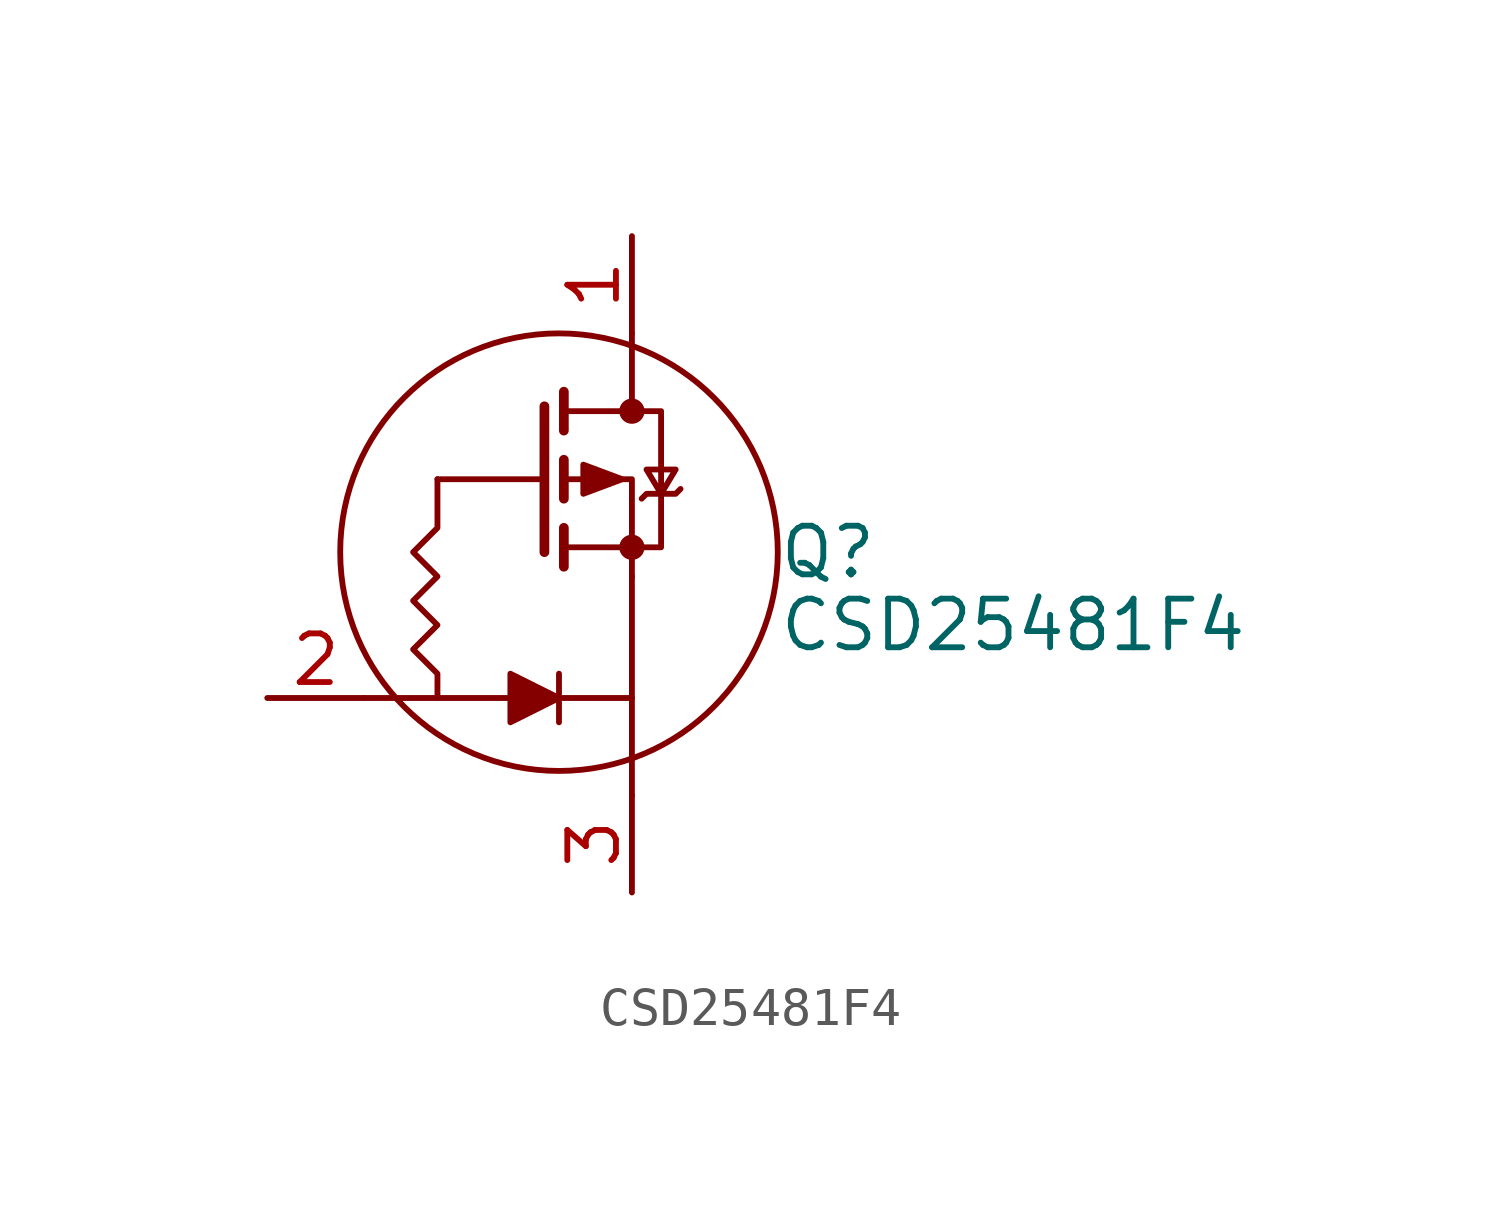
<source format=kicad_sym>
(kicad_symbol_lib
  (version 20220914)
  (generator kicad_symbol_editor)
  (symbol "CSD25481F4"
    (pin_names hide)
    (property "Reference" "Q"
      (at 6.35 -1.905 0)
      (effects (font (size 1.27 1.27)) (justify left)))
    (property "Value" "CSD25481F4"
      (at 6.35 -3.81 0)
      (effects (font (size 1.27 1.27)) (justify left)))
    (symbol "CSD25481F4_0_1"
      (polyline (pts (xy -4.445 -5.715) (xy -2.54 -5.715)) (stroke (width 0) (type solid)) (fill (type none)))
      (polyline (pts (xy 0.254 0) (xy -2.54 0)) (stroke (width 0) (type solid)) (fill (type none)))
      (polyline (pts (xy 0.254 1.905) (xy 0.254 -1.905)) (stroke (width 0.254) (type solid)) (fill (type none)))
      (polyline (pts (xy 0.635 -5.08) (xy 0.635 -6.35)) (stroke (width 0) (type solid)) (fill (type none)))
      (polyline (pts (xy 0.762 -1.27) (xy 0.762 -2.286)) (stroke (width 0.254) (type solid)) (fill (type none)))
      (polyline (pts (xy 0.762 0.508) (xy 0.762 -0.508)) (stroke (width 0.254) (type solid)) (fill (type none)))
      (polyline (pts (xy 0.762 2.286) (xy 0.762 1.27)) (stroke (width 0.254) (type solid)) (fill (type none)))
      (polyline (pts (xy 2.54 -5.715) (xy 2.54 -8.255)) (stroke (width 0) (type solid)) (fill (type none)))
      (polyline (pts (xy 2.54 3.81) (xy 2.54 1.905)) (stroke (width 0) (type solid)) (fill (type none)))
      (polyline (pts (xy 2.54 -2.54) (xy 2.54 0) (xy 0.762 0)) (stroke (width 0) (type solid)) (fill (type none)))
      (polyline (pts (xy -0.635 -5.08) (xy -0.635 -6.35) (xy 0.635 -5.715) (xy -0.635 -5.08)) (stroke (width 0) (type solid)) (fill (type outline)))
      (polyline (pts (xy 0.762 1.778) (xy 3.302 1.778) (xy 3.302 -1.778) (xy 0.762 -1.778)) (stroke (width 0) (type solid)) (fill (type none)))
      (polyline (pts (xy 2.286 0) (xy 1.27 0.381) (xy 1.27 -0.381) (xy 2.286 0)) (stroke (width 0) (type solid)) (fill (type outline)))
      (polyline (pts (xy 2.794 -0.508) (xy 2.921 -0.381) (xy 3.683 -0.381) (xy 3.81 -0.254)) (stroke (width 0) (type solid)) (fill (type none)))
      (polyline (pts (xy 3.302 -0.381) (xy 2.921 0.254) (xy 3.683 0.254) (xy 3.302 -0.381)) (stroke (width 0) (type solid)) (fill (type none)))
      (polyline (pts (xy -2.54 0) (xy -2.54 -1.27) (xy -3.175 -1.905) (xy -2.54 -2.54) (xy -3.175 -3.175) (xy -2.54 -3.81) (xy -3.175 -4.445) (xy -2.54 -5.08) (xy -2.54 -5.715) (xy -0.635 -5.715) (xy 2.54 -5.715) (xy 2.54 -2.54)) (stroke (width 0) (type solid)) (fill (type none)))
      (circle (center 0.635 -1.905) (radius 5.715) (stroke (width 0) (type solid)) (fill (type none)))
      (circle (center 2.54 -1.778) (radius 0.254) (stroke (width 0) (type solid)) (fill (type outline)))
      (circle (center 2.54 1.778) (radius 0.254) (stroke (width 0) (type solid)) (fill (type outline))))
    (symbol "CSD25481F4_1_1"
      (pin passive line (at 2.54 6.35 270) (length 2.54) (name "D" (effects (font (size 1.27 1.27)))) (number "1" (effects (font (size 1.27 1.27)))))
      (pin input line (at -6.985 -5.715 0) (length 2.54) (name "G" (effects (font (size 1.27 1.27)))) (number "2" (effects (font (size 1.27 1.27)))))
      (pin passive line (at 2.54 -10.795 90) (length 2.54) (name "S" (effects (font (size 1.27 1.27)))) (number "3" (effects (font (size 1.27 1.27))))))))
</source>
